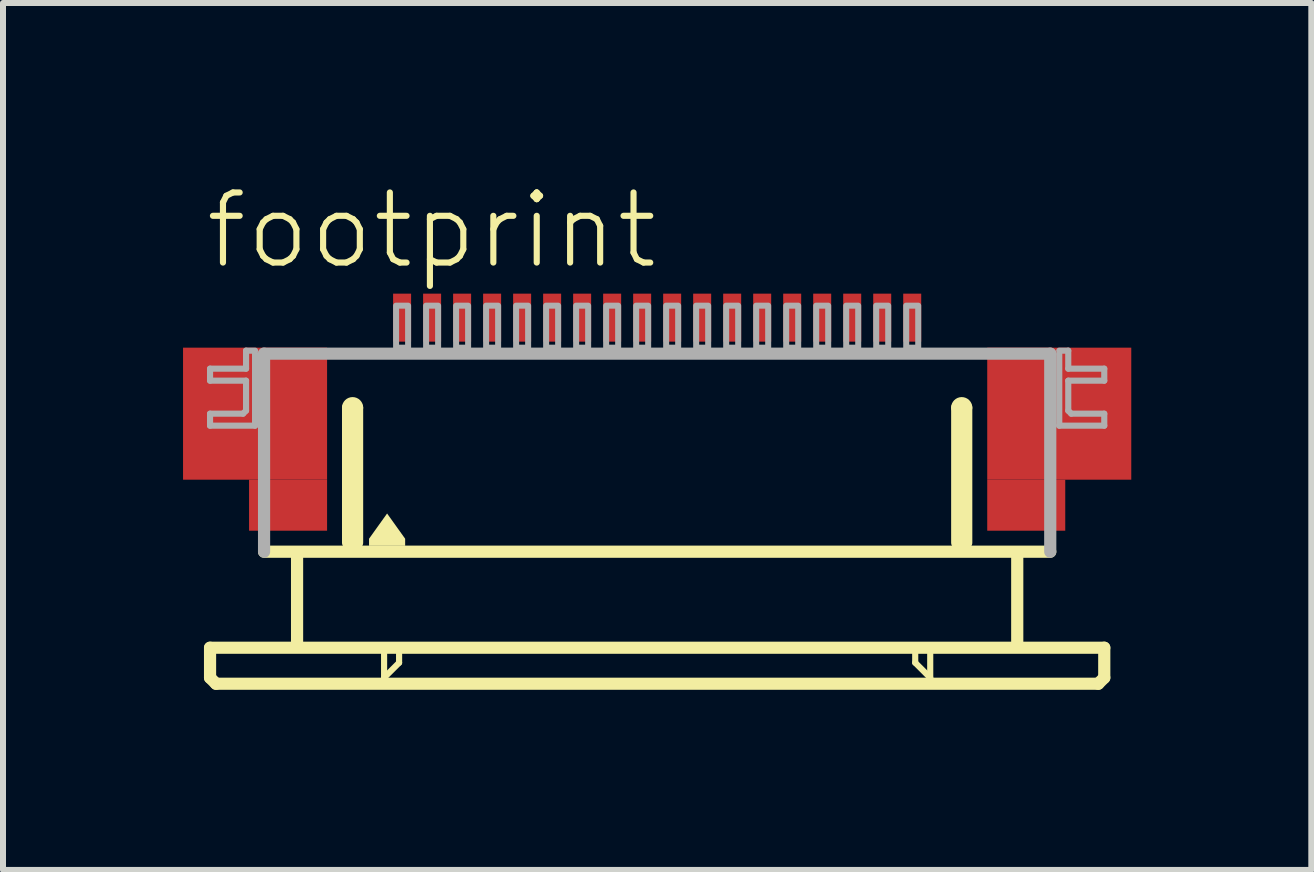
<source format=kicad_pcb>
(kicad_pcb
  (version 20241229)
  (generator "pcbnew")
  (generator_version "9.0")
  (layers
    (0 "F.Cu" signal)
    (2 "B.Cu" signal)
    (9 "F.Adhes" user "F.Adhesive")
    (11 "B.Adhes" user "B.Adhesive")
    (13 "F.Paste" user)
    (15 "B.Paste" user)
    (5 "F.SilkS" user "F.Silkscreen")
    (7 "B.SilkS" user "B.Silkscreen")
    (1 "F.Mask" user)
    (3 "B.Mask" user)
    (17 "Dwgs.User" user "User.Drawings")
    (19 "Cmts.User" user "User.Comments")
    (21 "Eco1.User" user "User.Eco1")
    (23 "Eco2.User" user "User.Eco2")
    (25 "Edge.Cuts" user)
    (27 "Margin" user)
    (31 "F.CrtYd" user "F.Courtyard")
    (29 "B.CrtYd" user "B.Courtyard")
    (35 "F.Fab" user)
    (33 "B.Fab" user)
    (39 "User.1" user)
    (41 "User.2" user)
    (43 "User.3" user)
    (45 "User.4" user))
  (footprint "footprint"
    (layer "F.Cu")
    (at 7.9 4.743)
    (property "Reference" "footprint" (at -7.58 -3.27 0) (layer "F.SilkS") (effects (font (size 1.168 1.168) (thickness 0.102)) (justify left bottom)))
    (fp_poly (pts (xy -7.9 0.2) (xy -5.5 0.2) (xy -5.5 -2) (xy -7.9 -2)) (stroke (width 0) (type solid)) (fill yes) (layer "F.Cu"))
    (fp_poly (pts (xy -6.8 1.05) (xy -5.5 1.05) (xy -5.5 0.2) (xy -6.8 0.2)) (stroke (width 0) (type solid)) (fill yes) (layer "F.Cu"))
    (fp_poly (pts (xy 5.5 0.2) (xy 7.9 0.2) (xy 7.9 -2) (xy 5.5 -2)) (stroke (width 0) (type solid)) (fill yes) (layer "F.Cu"))
    (fp_poly (pts (xy 5.5 1.05) (xy 6.8 1.05) (xy 6.8 0.2) (xy 5.5 0.2)) (stroke (width 0) (type solid)) (fill yes) (layer "F.Cu"))
    (fp_poly (pts (xy -7.9 0.2) (xy -6.75 0.2) (xy -6.75 -2) (xy -7.9 -2)) (stroke (width 0) (type solid)) (fill yes) (layer "F.Mask"))
    (fp_poly (pts (xy -6.8 1.05) (xy -5.5 1.05) (xy -5.5 -2) (xy -6.8 -2)) (stroke (width 0) (type solid)) (fill yes) (layer "F.Mask"))
    (fp_poly (pts (xy 6.8 -2) (xy 5.5 -2) (xy 5.5 1.05) (xy 6.8 1.05)) (stroke (width 0) (type solid)) (fill yes) (layer "F.Mask"))
    (fp_poly (pts (xy 7.9 -2) (xy 6.75 -2) (xy 6.75 0.2) (xy 7.9 0.2)) (stroke (width 0) (type solid)) (fill yes) (layer "F.Mask"))
    (fp_line (start -7.45 3) (end -7.45 3.5) (stroke (width 0.203) (type solid)) (layer "F.SilkS"))
    (fp_line (start -7.45 3.5) (end -7.35 3.6) (stroke (width 0.203) (type solid)) (layer "F.SilkS"))
    (fp_line (start -7.35 3.6) (end 7.35 3.6) (stroke (width 0.203) (type solid)) (layer "F.SilkS"))
    (fp_line (start -6 1.5) (end -6 2.9) (stroke (width 0.203) (type solid)) (layer "F.SilkS"))
    (fp_line (start -5.15 1.25) (end -5.15 -1) (stroke (width 0.203) (type solid)) (layer "F.SilkS"))
    (fp_line (start -5 -1) (end -5 1.25) (stroke (width 0.203) (type solid)) (layer "F.SilkS"))
    (fp_line (start -4.55 3.1) (end -4.55 3.5) (stroke (width 0.102) (type solid)) (layer "F.SilkS"))
    (fp_line (start -4.55 3.5) (end -4.3 3.25) (stroke (width 0.102) (type solid)) (layer "F.SilkS"))
    (fp_line (start -4.3 3.25) (end -4.3 3.1) (stroke (width 0.102) (type solid)) (layer "F.SilkS"))
    (fp_line (start 4.3 3.1) (end 4.3 3.25) (stroke (width 0.102) (type solid)) (layer "F.SilkS"))
    (fp_line (start 4.3 3.25) (end 4.55 3.5) (stroke (width 0.102) (type solid)) (layer "F.SilkS"))
    (fp_line (start 4.55 3.5) (end 4.55 3.1) (stroke (width 0.102) (type solid)) (layer "F.SilkS"))
    (fp_line (start 5 1.25) (end 5 -1) (stroke (width 0.203) (type solid)) (layer "F.SilkS"))
    (fp_line (start 5.15 -1) (end 5.15 1.25) (stroke (width 0.203) (type solid)) (layer "F.SilkS"))
    (fp_line (start 6 1.5) (end 6 2.9) (stroke (width 0.203) (type solid)) (layer "F.SilkS"))
    (fp_line (start 6.55 1.4) (end -6.55 1.4) (stroke (width 0.203) (type solid)) (layer "F.SilkS"))
    (fp_line (start 7.35 3.6) (end 7.45 3.5) (stroke (width 0.203) (type solid)) (layer "F.SilkS"))
    (fp_line (start 7.45 3) (end -7.45 3) (stroke (width 0.203) (type solid)) (layer "F.SilkS"))
    (fp_line (start 7.45 3.5) (end 7.45 3) (stroke (width 0.203) (type solid)) (layer "F.SilkS"))
    (fp_arc (start -5.15 -1) (mid -5.075 -1.075) (end -5 -1) (stroke (width 0.2032) (type solid)) (layer "F.SilkS"))
    (fp_arc (start 5 -1) (mid 5.075 -1.075) (end 5.15 -1) (stroke (width 0.2032) (type solid)) (layer "F.SilkS"))
    (fp_poly (pts (xy -4.199 1.184) (xy -4.199 1.301) (xy -4.801 1.301) (xy -4.801 1.184) (xy -4.5 0.763)) (stroke (width 0) (type solid)) (fill yes) (layer "F.SilkS"))
    (fp_poly (pts (xy -7.7 0.05) (xy -5.7 0.05) (xy -5.7 -1.85) (xy -7.7 -1.85)) (stroke (width 0) (type solid)) (fill yes) (layer "F.Paste"))
    (fp_poly (pts (xy 7.7 -1.85) (xy 5.7 -1.85) (xy 5.7 0.05) (xy 7.7 0.05)) (stroke (width 0) (type solid)) (fill yes) (layer "F.Paste"))
    (fp_line (start -7.45 -1.65) (end -7.45 -1.45) (stroke (width 0.102) (type solid)) (layer "F.Fab"))
    (fp_line (start -7.45 -1.45) (end -6.85 -1.45) (stroke (width 0.102) (type solid)) (layer "F.Fab"))
    (fp_line (start -7.45 -0.9) (end -7.45 -0.7) (stroke (width 0.102) (type solid)) (layer "F.Fab"))
    (fp_line (start -7.45 -0.7) (end -6.7 -0.7) (stroke (width 0.102) (type solid)) (layer "F.Fab"))
    (fp_line (start -6.9 -0.9) (end -7.45 -0.9) (stroke (width 0.102) (type solid)) (layer "F.Fab"))
    (fp_line (start -6.85 -1.95) (end -6.85 -1.65) (stroke (width 0.102) (type solid)) (layer "F.Fab"))
    (fp_line (start -6.85 -1.65) (end -7.45 -1.65) (stroke (width 0.102) (type solid)) (layer "F.Fab"))
    (fp_line (start -6.85 -1.45) (end -6.85 -0.95) (stroke (width 0.102) (type solid)) (layer "F.Fab"))
    (fp_line (start -6.85 -0.95) (end -6.9 -0.9) (stroke (width 0.102) (type solid)) (layer "F.Fab"))
    (fp_line (start -6.7 -1.95) (end -6.85 -1.95) (stroke (width 0.102) (type solid)) (layer "F.Fab"))
    (fp_line (start -6.7 -0.7) (end -6.7 -1.9) (stroke (width 0.102) (type solid)) (layer "F.Fab"))
    (fp_line (start -6.55 -1.9) (end 6.55 -1.9) (stroke (width 0.203) (type solid)) (layer "F.Fab"))
    (fp_line (start -6.55 1.4) (end -6.55 -1.9) (stroke (width 0.203) (type solid)) (layer "F.Fab"))
    (fp_line (start 6.55 -1.9) (end 6.55 1.4) (stroke (width 0.203) (type solid)) (layer "F.Fab"))
    (fp_line (start 6.7 -1.95) (end 6.85 -1.95) (stroke (width 0.102) (type solid)) (layer "F.Fab"))
    (fp_line (start 6.7 -0.7) (end 6.7 -1.9) (stroke (width 0.102) (type solid)) (layer "F.Fab"))
    (fp_line (start 6.85 -1.95) (end 6.85 -1.65) (stroke (width 0.102) (type solid)) (layer "F.Fab"))
    (fp_line (start 6.85 -1.65) (end 7.45 -1.65) (stroke (width 0.102) (type solid)) (layer "F.Fab"))
    (fp_line (start 6.85 -1.45) (end 6.85 -0.95) (stroke (width 0.102) (type solid)) (layer "F.Fab"))
    (fp_line (start 6.85 -0.95) (end 6.9 -0.9) (stroke (width 0.102) (type solid)) (layer "F.Fab"))
    (fp_line (start 6.9 -0.9) (end 7.45 -0.9) (stroke (width 0.102) (type solid)) (layer "F.Fab"))
    (fp_line (start 7.45 -1.65) (end 7.45 -1.45) (stroke (width 0.102) (type solid)) (layer "F.Fab"))
    (fp_line (start 7.45 -1.45) (end 6.85 -1.45) (stroke (width 0.102) (type solid)) (layer "F.Fab"))
    (fp_line (start 7.45 -0.9) (end 7.45 -0.7) (stroke (width 0.102) (type solid)) (layer "F.Fab"))
    (fp_line (start 7.45 -0.7) (end 6.7 -0.7) (stroke (width 0.102) (type solid)) (layer "F.Fab"))
    (fp_poly (pts (xy -4.35 -2) (xy -4.15 -2) (xy -4.15 -2.7) (xy -4.35 -2.7)) (stroke (width 0.1) (type solid)) (fill no) (layer "F.Fab"))
    (fp_poly (pts (xy -3.85 -2) (xy -3.65 -2) (xy -3.65 -2.7) (xy -3.85 -2.7)) (stroke (width 0.1) (type solid)) (fill no) (layer "F.Fab"))
    (fp_poly (pts (xy -3.35 -2) (xy -3.15 -2) (xy -3.15 -2.7) (xy -3.35 -2.7)) (stroke (width 0.1) (type solid)) (fill no) (layer "F.Fab"))
    (fp_poly (pts (xy -2.85 -2) (xy -2.65 -2) (xy -2.65 -2.7) (xy -2.85 -2.7)) (stroke (width 0.1) (type solid)) (fill no) (layer "F.Fab"))
    (fp_poly (pts (xy -2.35 -2) (xy -2.15 -2) (xy -2.15 -2.7) (xy -2.35 -2.7)) (stroke (width 0.1) (type solid)) (fill no) (layer "F.Fab"))
    (fp_poly (pts (xy -1.85 -2) (xy -1.65 -2) (xy -1.65 -2.7) (xy -1.85 -2.7)) (stroke (width 0.1) (type solid)) (fill no) (layer "F.Fab"))
    (fp_poly (pts (xy -1.35 -2) (xy -1.15 -2) (xy -1.15 -2.7) (xy -1.35 -2.7)) (stroke (width 0.1) (type solid)) (fill no) (layer "F.Fab"))
    (fp_poly (pts (xy -0.85 -2) (xy -0.65 -2) (xy -0.65 -2.7) (xy -0.85 -2.7)) (stroke (width 0.1) (type solid)) (fill no) (layer "F.Fab"))
    (fp_poly (pts (xy -0.35 -2) (xy -0.15 -2) (xy -0.15 -2.7) (xy -0.35 -2.7)) (stroke (width 0.1) (type solid)) (fill no) (layer "F.Fab"))
    (fp_poly (pts (xy 0.15 -2) (xy 0.35 -2) (xy 0.35 -2.7) (xy 0.15 -2.7)) (stroke (width 0.1) (type solid)) (fill no) (layer "F.Fab"))
    (fp_poly (pts (xy 0.65 -2) (xy 0.85 -2) (xy 0.85 -2.7) (xy 0.65 -2.7)) (stroke (width 0.1) (type solid)) (fill no) (layer "F.Fab"))
    (fp_poly (pts (xy 1.15 -2) (xy 1.35 -2) (xy 1.35 -2.7) (xy 1.15 -2.7)) (stroke (width 0.1) (type solid)) (fill no) (layer "F.Fab"))
    (fp_poly (pts (xy 1.65 -2) (xy 1.85 -2) (xy 1.85 -2.7) (xy 1.65 -2.7)) (stroke (width 0.1) (type solid)) (fill no) (layer "F.Fab"))
    (fp_poly (pts (xy 2.15 -2) (xy 2.35 -2) (xy 2.35 -2.7) (xy 2.15 -2.7)) (stroke (width 0.1) (type solid)) (fill no) (layer "F.Fab"))
    (fp_poly (pts (xy 2.65 -2) (xy 2.85 -2) (xy 2.85 -2.7) (xy 2.65 -2.7)) (stroke (width 0.1) (type solid)) (fill no) (layer "F.Fab"))
    (fp_poly (pts (xy 3.15 -2) (xy 3.35 -2) (xy 3.35 -2.7) (xy 3.15 -2.7)) (stroke (width 0.1) (type solid)) (fill no) (layer "F.Fab"))
    (fp_poly (pts (xy 3.65 -2) (xy 3.85 -2) (xy 3.85 -2.7) (xy 3.65 -2.7)) (stroke (width 0.1) (type solid)) (fill no) (layer "F.Fab"))
    (fp_poly (pts (xy 4.15 -2) (xy 4.35 -2) (xy 4.35 -2.7) (xy 4.15 -2.7)) (stroke (width 0.1) (type solid)) (fill no) (layer "F.Fab"))
    (pad "1" smd rect (at -4.25 -2.5) (size 0.3 0.8) (layers "F.Cu" "F.Mask" "F.Paste"))
    (pad "2" smd rect (at -3.75 -2.5) (size 0.3 0.8) (layers "F.Cu" "F.Mask" "F.Paste"))
    (pad "3" smd rect (at -3.25 -2.5) (size 0.3 0.8) (layers "F.Cu" "F.Mask" "F.Paste"))
    (pad "4" smd rect (at -2.75 -2.5) (size 0.3 0.8) (layers "F.Cu" "F.Mask" "F.Paste"))
    (pad "5" smd rect (at -2.25 -2.5) (size 0.3 0.8) (layers "F.Cu" "F.Mask" "F.Paste"))
    (pad "6" smd rect (at -1.75 -2.5) (size 0.3 0.8) (layers "F.Cu" "F.Mask" "F.Paste"))
    (pad "7" smd rect (at -1.25 -2.5) (size 0.3 0.8) (layers "F.Cu" "F.Mask" "F.Paste"))
    (pad "8" smd rect (at -0.75 -2.5) (size 0.3 0.8) (layers "F.Cu" "F.Mask" "F.Paste"))
    (pad "9" smd rect (at -0.25 -2.5) (size 0.3 0.8) (layers "F.Cu" "F.Mask" "F.Paste"))
    (pad "10" smd rect (at 0.25 -2.5) (size 0.3 0.8) (layers "F.Cu" "F.Mask" "F.Paste"))
    (pad "11" smd rect (at 0.75 -2.5) (size 0.3 0.8) (layers "F.Cu" "F.Mask" "F.Paste"))
    (pad "12" smd rect (at 1.25 -2.5) (size 0.3 0.8) (layers "F.Cu" "F.Mask" "F.Paste"))
    (pad "13" smd rect (at 1.75 -2.5) (size 0.3 0.8) (layers "F.Cu" "F.Mask" "F.Paste"))
    (pad "14" smd rect (at 2.25 -2.5) (size 0.3 0.8) (layers "F.Cu" "F.Mask" "F.Paste"))
    (pad "15" smd rect (at 2.75 -2.5) (size 0.3 0.8) (layers "F.Cu" "F.Mask" "F.Paste"))
    (pad "16" smd rect (at 3.25 -2.5) (size 0.3 0.8) (layers "F.Cu" "F.Mask" "F.Paste"))
    (pad "17" smd rect (at 3.75 -2.5) (size 0.3 0.8) (layers "F.Cu" "F.Mask" "F.Paste"))
    (pad "18" smd rect (at 4.25 -2.5) (size 0.3 0.8) (layers "F.Cu" "F.Mask" "F.Paste")))
  (gr_rect
    (start -3 -3)
    (end 18.8 11.445)
    (stroke (width 0.1) (type default))
    (fill no)
    (layer "Edge.Cuts")))
</source>
